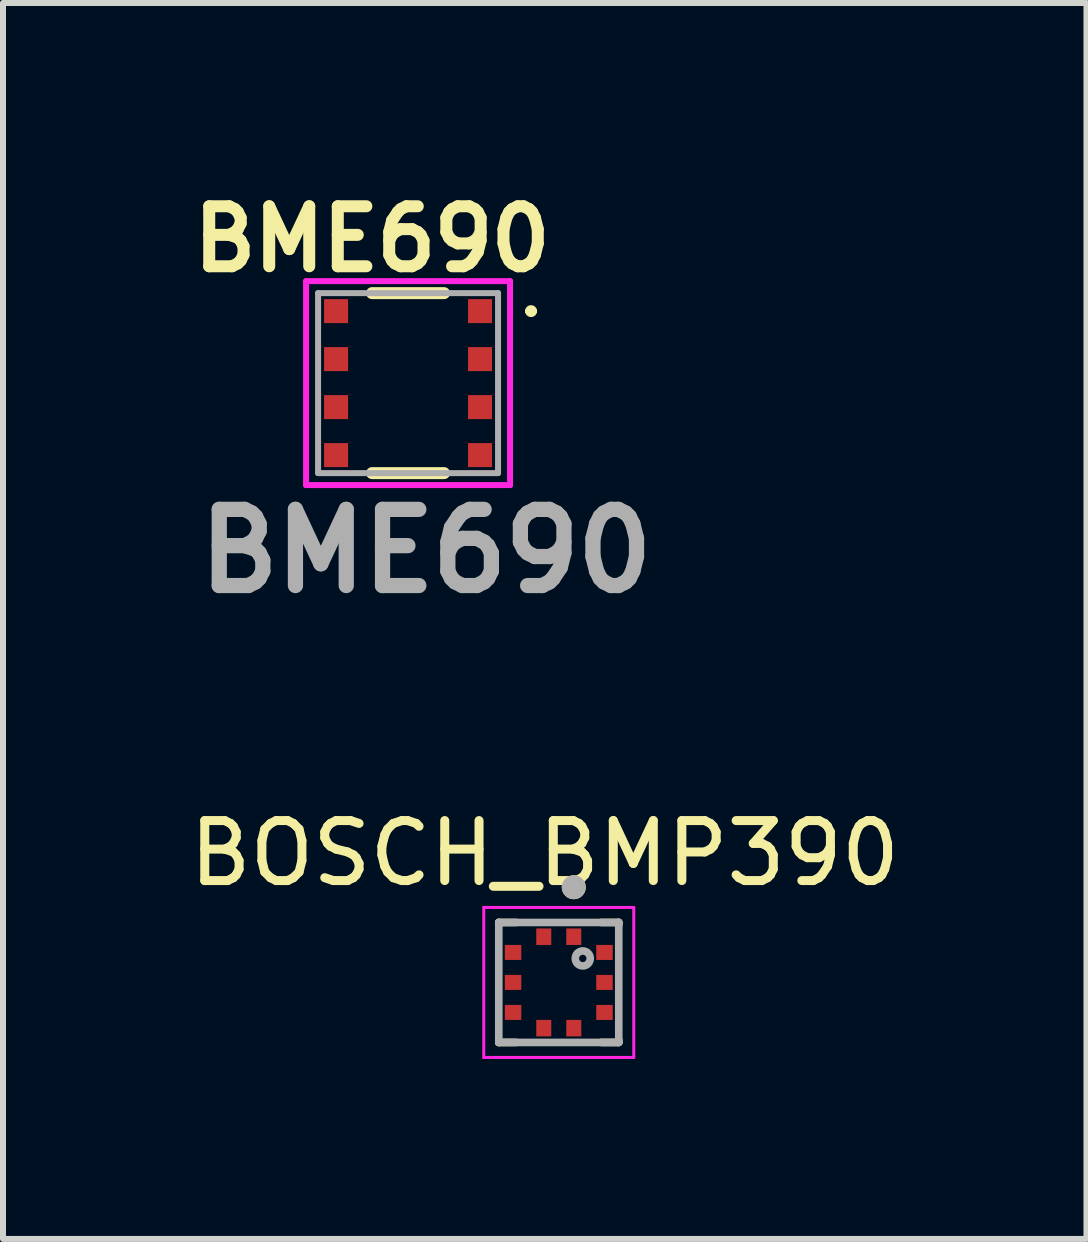
<source format=kicad_pcb>
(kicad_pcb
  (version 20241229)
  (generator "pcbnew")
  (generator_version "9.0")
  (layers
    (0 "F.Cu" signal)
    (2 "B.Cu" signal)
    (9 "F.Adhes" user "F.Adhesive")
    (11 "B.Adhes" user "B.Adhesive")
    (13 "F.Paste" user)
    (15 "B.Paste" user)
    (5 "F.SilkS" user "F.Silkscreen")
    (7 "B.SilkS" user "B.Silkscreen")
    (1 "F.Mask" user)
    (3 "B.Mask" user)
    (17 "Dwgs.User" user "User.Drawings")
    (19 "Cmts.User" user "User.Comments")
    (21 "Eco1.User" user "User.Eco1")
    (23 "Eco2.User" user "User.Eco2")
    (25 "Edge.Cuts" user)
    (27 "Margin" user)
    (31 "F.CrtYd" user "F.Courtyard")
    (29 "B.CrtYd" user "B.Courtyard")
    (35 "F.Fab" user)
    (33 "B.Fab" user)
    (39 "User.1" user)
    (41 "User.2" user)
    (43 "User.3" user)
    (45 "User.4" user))
  (footprint "BOSCH_BMP390"
    (layer "F.Cu")
    (at 6.264 13.326)
    (property "Reference" "BOSCH_BMP390" (at -0.234 -2.153 0) (layer "F.SilkS") (effects (font (size 1 1) (thickness 0.15))))
    (attr smd)
    (fp_line (start -1 -1) (end -0.708 -1) (stroke (width 0.127) (type solid)) (layer "F.SilkS"))
    (fp_line (start -1 -0.958) (end -1 -1) (stroke (width 0.127) (type solid)) (layer "F.SilkS"))
    (fp_line (start -1 1) (end -1 0.958) (stroke (width 0.127) (type solid)) (layer "F.SilkS"))
    (fp_line (start -1 1) (end -0.708 1) (stroke (width 0.127) (type solid)) (layer "F.SilkS"))
    (fp_line (start 0.708 -1) (end 1 -1) (stroke (width 0.127) (type solid)) (layer "F.SilkS"))
    (fp_line (start 1 -1) (end 1 -0.958) (stroke (width 0.127) (type solid)) (layer "F.SilkS"))
    (fp_line (start 1 0.958) (end 1 1) (stroke (width 0.127) (type solid)) (layer "F.SilkS"))
    (fp_line (start 1 1) (end 0.708 1) (stroke (width 0.127) (type solid)) (layer "F.SilkS"))
    (fp_circle (center 0.25 -1.587) (end 0.35 -1.587) (stroke (width 0.2) (type solid)) (fill no) (layer "F.SilkS"))
    (fp_line (start -1.25 -1.25) (end -1.25 1.25) (stroke (width 0.05) (type solid)) (layer "F.CrtYd"))
    (fp_line (start -1.25 1.25) (end 1.25 1.25) (stroke (width 0.05) (type solid)) (layer "F.CrtYd"))
    (fp_line (start 1.25 -1.25) (end -1.25 -1.25) (stroke (width 0.05) (type solid)) (layer "F.CrtYd"))
    (fp_line (start 1.25 1.25) (end 1.25 -1.25) (stroke (width 0.05) (type solid)) (layer "F.CrtYd"))
    (fp_line (start -1 -1) (end 1 -1) (stroke (width 0.127) (type solid)) (layer "F.Fab"))
    (fp_line (start -1 1) (end -1 -1) (stroke (width 0.127) (type solid)) (layer "F.Fab"))
    (fp_line (start 1 -1) (end 1 1) (stroke (width 0.127) (type solid)) (layer "F.Fab"))
    (fp_line (start 1 1) (end -1 1) (stroke (width 0.127) (type solid)) (layer "F.Fab"))
    (fp_circle (center 0.25 -1.587) (end 0.35 -1.587) (stroke (width 0.2) (type solid)) (fill no) (layer "F.Fab"))
    (fp_circle (center 0.4 -0.4) (end 0.525 -0.4) (stroke (width 0.127) (type solid)) (fill no) (layer "F.Fab"))
    (pad "1" smd rect (at 0.25 -0.762) (size 0.25 0.275) (layers "F.Cu" "F.Mask" "F.Paste"))
    (pad "2" smd rect (at -0.25 -0.762) (size 0.25 0.275) (layers "F.Cu" "F.Mask" "F.Paste"))
    (pad "3" smd rect (at -0.762 -0.5) (size 0.275 0.25) (layers "F.Cu" "F.Mask" "F.Paste"))
    (pad "4" smd rect (at -0.762 0) (size 0.275 0.25) (layers "F.Cu" "F.Mask" "F.Paste"))
    (pad "5" smd rect (at -0.762 0.5) (size 0.275 0.25) (layers "F.Cu" "F.Mask" "F.Paste"))
    (pad "6" smd rect (at -0.25 0.762) (size 0.25 0.275) (layers "F.Cu" "F.Mask" "F.Paste"))
    (pad "7" smd rect (at 0.25 0.762) (size 0.25 0.275) (layers "F.Cu" "F.Mask" "F.Paste"))
    (pad "8" smd rect (at 0.762 0.5) (size 0.275 0.25) (layers "F.Cu" "F.Mask" "F.Paste"))
    (pad "9" smd rect (at 0.762 0) (size 0.275 0.25) (layers "F.Cu" "F.Mask" "F.Paste"))
    (pad "10" smd rect (at 0.762 -0.5) (size 0.275 0.25) (layers "F.Cu" "F.Mask" "F.Paste")))
  (footprint "BME690"
    (layer "F.Cu")
    (at 3.752 3.336)
    (property "Reference" "BME690" (at -0.6 -2.4 0) (layer "F.SilkS") (effects (font (size 1 1) (thickness 0.2) (bold yes))))
    (attr smd)
    (fp_line (start 0.6 -1.5) (end -0.6 -1.5) (stroke (width 0.2) (type solid)) (layer "F.SilkS"))
    (fp_line (start 0.6 1.5) (end -0.6 1.5) (stroke (width 0.2) (type solid)) (layer "F.SilkS"))
    (fp_line (start 2 -1.2) (end 2 -1.2) (stroke (width 0.1) (type solid)) (layer "F.SilkS"))
    (fp_line (start 2.1 -1.2) (end 2.1 -1.2) (stroke (width 0.1) (type solid)) (layer "F.SilkS"))
    (fp_arc (start 2 -1.2) (mid 2.05 -1.25) (end 2.1 -1.2) (stroke (width 0.1) (type solid)) (layer "F.SilkS"))
    (fp_arc (start 2.1 -1.2) (mid 2.05 -1.15) (end 2 -1.2) (stroke (width 0.1) (type solid)) (layer "F.SilkS"))
    (fp_line (start -1.7 -1.7) (end -1.7 1.7) (stroke (width 0.1) (type solid)) (layer "F.CrtYd"))
    (fp_line (start -1.7 1.7) (end 1.7 1.7) (stroke (width 0.1) (type solid)) (layer "F.CrtYd"))
    (fp_line (start 1.7 -1.7) (end -1.7 -1.7) (stroke (width 0.1) (type solid)) (layer "F.CrtYd"))
    (fp_line (start 1.7 1.7) (end 1.7 -1.7) (stroke (width 0.1) (type solid)) (layer "F.CrtYd"))
    (fp_line (start -1.5 -1.5) (end -1.5 1.5) (stroke (width 0.1) (type solid)) (layer "F.Fab"))
    (fp_line (start -1.5 1.5) (end 1.5 1.5) (stroke (width 0.1) (type solid)) (layer "F.Fab"))
    (fp_line (start 1.5 -1.5) (end -1.5 -1.5) (stroke (width 0.1) (type solid)) (layer "F.Fab"))
    (fp_line (start 1.5 1.5) (end 1.5 -1.5) (stroke (width 0.1) (type solid)) (layer "F.Fab"))
    (fp_text user "${REFERENCE}" (at 0.3 2.8 0) (layer "F.Fab") (effects (font (size 1.27 1.27) (thickness 0.254))))
    (pad "1" smd rect (at 1.2 -1.2 90) (size 0.4 0.4) (layers "F.Cu" "F.Mask" "F.Paste"))
    (pad "2" smd rect (at 1.2 -0.4 90) (size 0.4 0.4) (layers "F.Cu" "F.Mask" "F.Paste"))
    (pad "3" smd rect (at 1.2 0.4 90) (size 0.4 0.4) (layers "F.Cu" "F.Mask" "F.Paste"))
    (pad "4" smd rect (at 1.2 1.2 90) (size 0.4 0.4) (layers "F.Cu" "F.Mask" "F.Paste"))
    (pad "5" smd rect (at -1.2 1.2 90) (size 0.4 0.4) (layers "F.Cu" "F.Mask" "F.Paste"))
    (pad "6" smd rect (at -1.2 0.4 90) (size 0.4 0.4) (layers "F.Cu" "F.Mask" "F.Paste"))
    (pad "7" smd rect (at -1.2 -0.4 90) (size 0.4 0.4) (layers "F.Cu" "F.Mask" "F.Paste"))
    (pad "8" smd rect (at -1.2 -1.2 90) (size 0.4 0.4) (layers "F.Cu" "F.Mask" "F.Paste")))
  (gr_rect
    (start -3 -3)
    (end 15.06 17.601)
    (stroke (width 0.1) (type default))
    (fill no)
    (layer "Edge.Cuts")))
</source>
